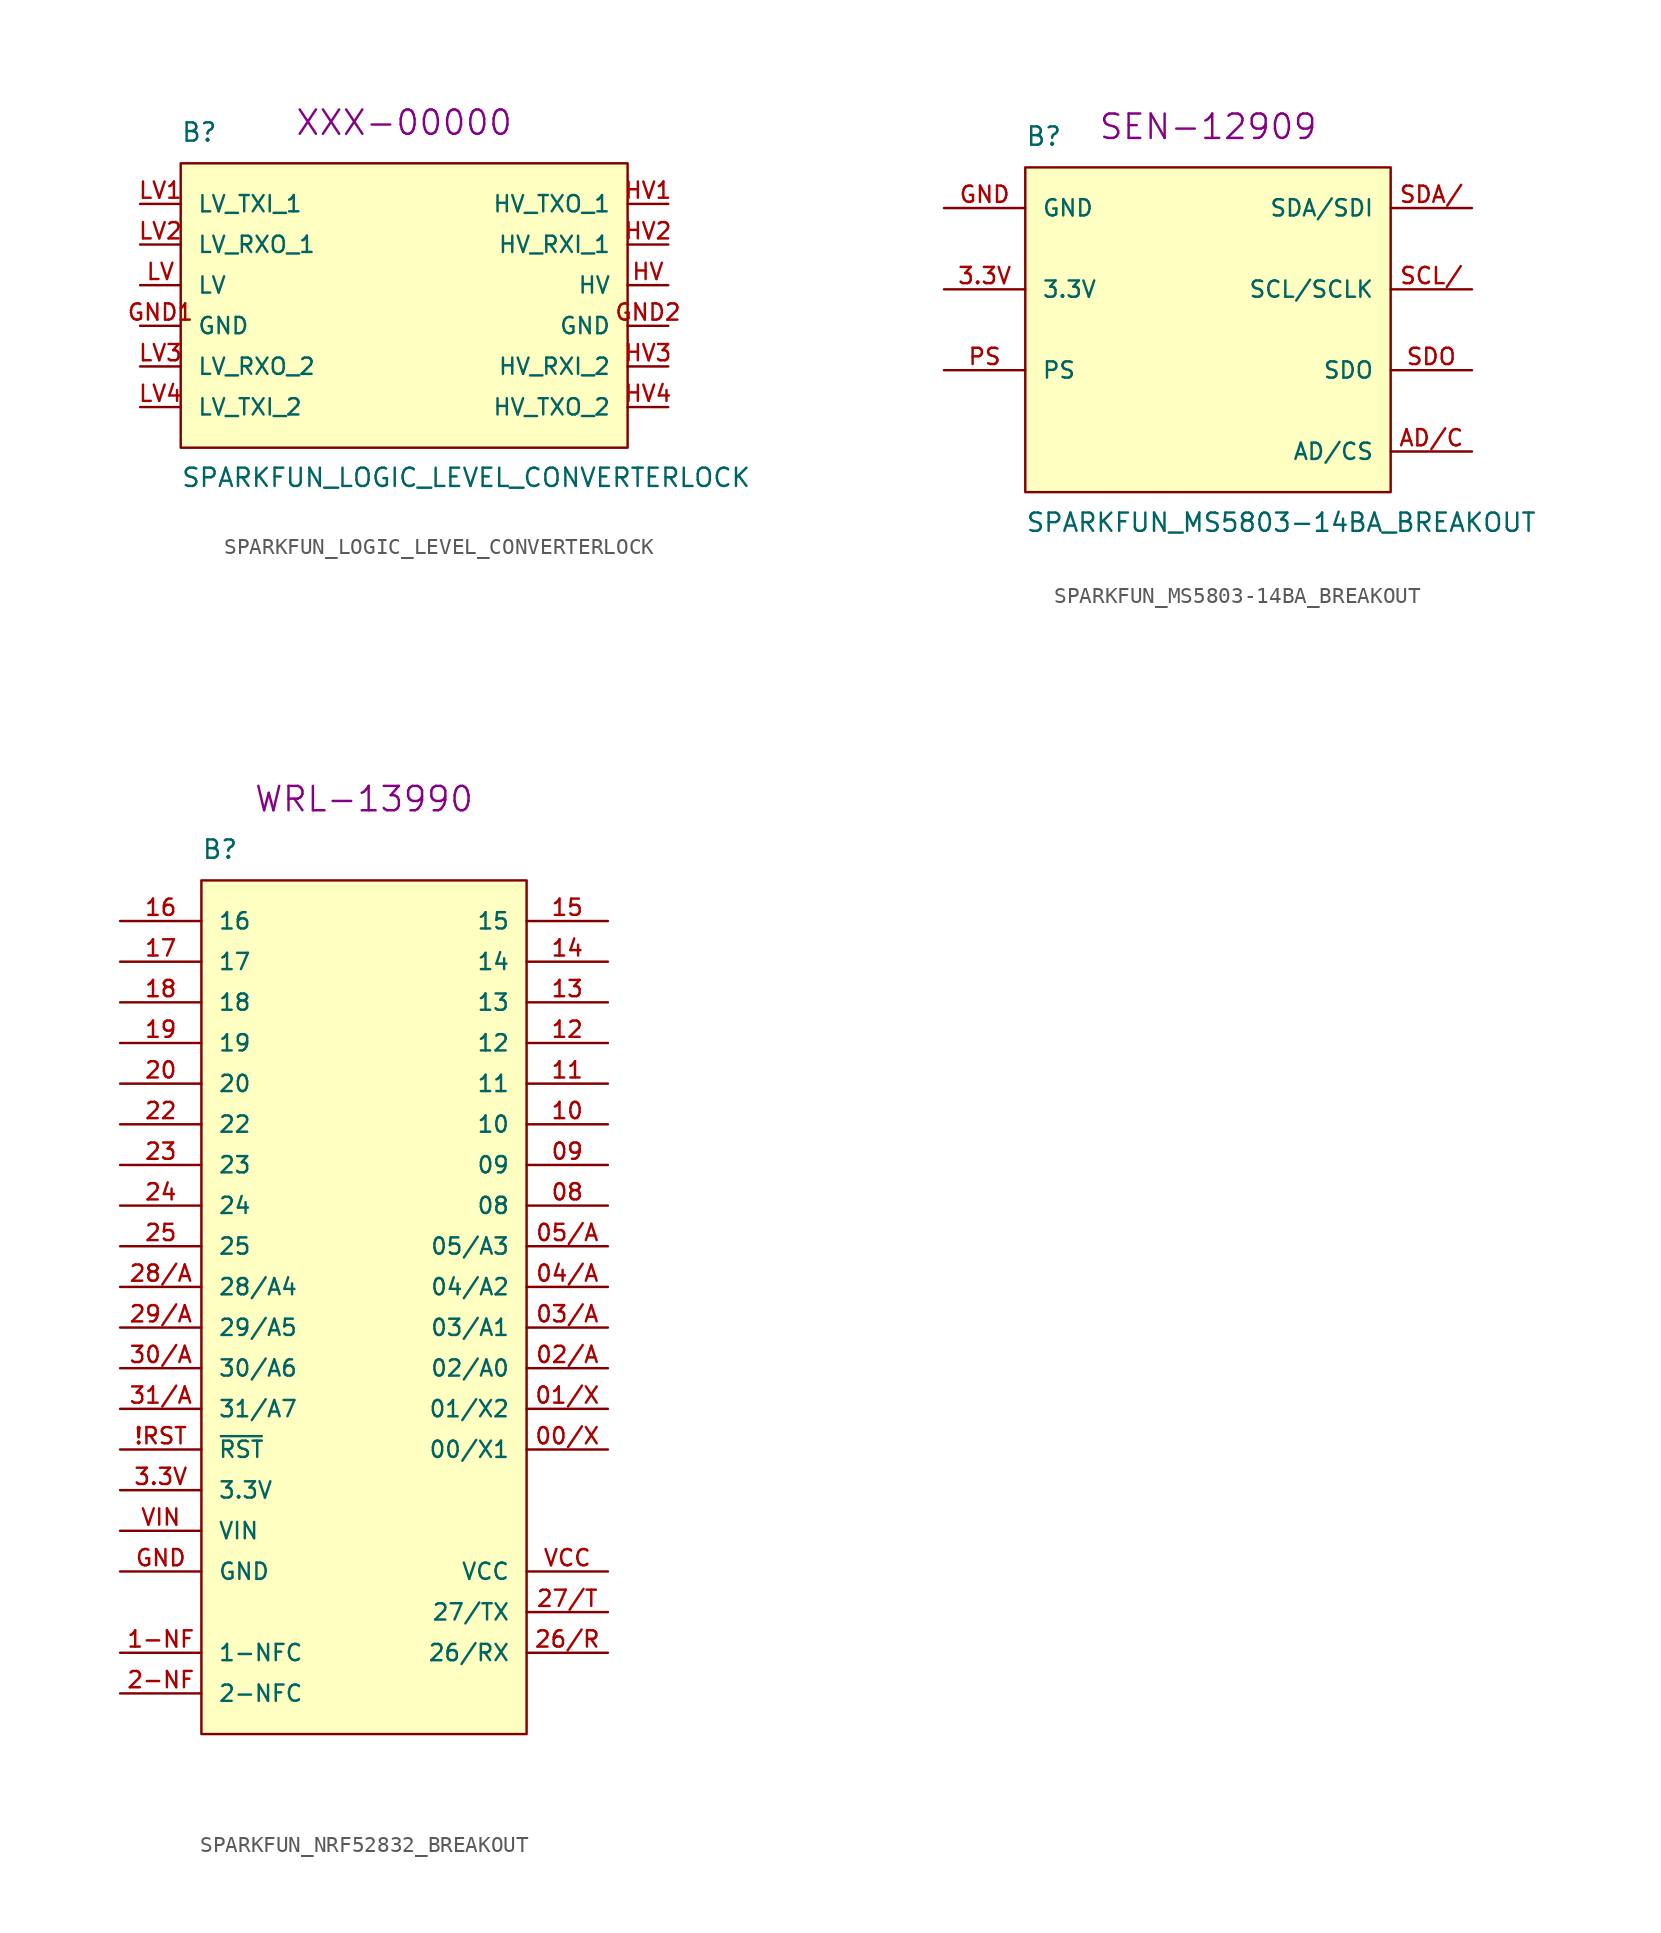
<source format=kicad_sym>
(kicad_symbol_lib
  (version 20220914)
  (generator kicad_symbol_editor)
  (symbol "SPARKFUN_LOGIC_LEVEL_CONVERTERLOCK"
    (pin_names
      (offset 1.016))
    (property "Reference" "B"
      (at -13.97 11.43 0)
      (effects (font (size 1.143 1.143)) (justify left bottom)))
    (property "Value" "SPARKFUN_LOGIC_LEVEL_CONVERTERLOCK"
      (at -13.97 -10.16 0)
      (effects (font (size 1.143 1.143)) (justify left bottom)))
    (property "Field4" "XXX-00000"
      (at 0 12.7 0)
      (effects (font (size 1.524 1.524))))
    (property "ki_locked" ""
      (at 0 0 0)
      (effects (font (size 1.27 1.27))))
    (symbol "SPARKFUN_LOGIC_LEVEL_CONVERTERLOCK_1_1"
      (polyline (pts (xy -13.97 -7.62) (xy -13.97 10.16) (xy 13.97 10.16) (xy 13.97 -7.62) (xy -13.97 -7.62)) (stroke (width 0) (type solid)) (fill (type background)))
      (pin power_in line (at -16.51 0 0) (length 2.54) (name "GND" (effects (font (size 1.016 1.016)))) (number "GND1" (effects (font (size 1.016 1.016)))))
      (pin power_in line (at 16.51 0 180) (length 2.54) (name "GND" (effects (font (size 1.016 1.016)))) (number "GND2" (effects (font (size 1.016 1.016)))))
      (pin power_in line (at 16.51 2.54 180) (length 2.54) (name "HV" (effects (font (size 1.016 1.016)))) (number "HV" (effects (font (size 1.016 1.016)))))
      (pin bidirectional line (at 16.51 7.62 180) (length 2.54) (name "HV_TXO_1" (effects (font (size 1.016 1.016)))) (number "HV1" (effects (font (size 1.016 1.016)))))
      (pin bidirectional line (at 16.51 5.08 180) (length 2.54) (name "HV_RXI_1" (effects (font (size 1.016 1.016)))) (number "HV2" (effects (font (size 1.016 1.016)))))
      (pin bidirectional line (at 16.51 -2.54 180) (length 2.54) (name "HV_RXI_2" (effects (font (size 1.016 1.016)))) (number "HV3" (effects (font (size 1.016 1.016)))))
      (pin bidirectional line (at 16.51 -5.08 180) (length 2.54) (name "HV_TXO_2" (effects (font (size 1.016 1.016)))) (number "HV4" (effects (font (size 1.016 1.016)))))
      (pin power_in line (at -16.51 2.54 0) (length 2.54) (name "LV" (effects (font (size 1.016 1.016)))) (number "LV" (effects (font (size 1.016 1.016)))))
      (pin bidirectional line (at -16.51 7.62 0) (length 2.54) (name "LV_TXI_1" (effects (font (size 1.016 1.016)))) (number "LV1" (effects (font (size 1.016 1.016)))))
      (pin bidirectional line (at -16.51 5.08 0) (length 2.54) (name "LV_RXO_1" (effects (font (size 1.016 1.016)))) (number "LV2" (effects (font (size 1.016 1.016)))))
      (pin bidirectional line (at -16.51 -2.54 0) (length 2.54) (name "LV_RXO_2" (effects (font (size 1.016 1.016)))) (number "LV3" (effects (font (size 1.016 1.016)))))
      (pin bidirectional line (at -16.51 -5.08 0) (length 2.54) (name "LV_TXI_2" (effects (font (size 1.016 1.016)))) (number "LV4" (effects (font (size 1.016 1.016)))))))
  (symbol "SPARKFUN_MS5803-14BA_BREAKOUT"
    (pin_names
      (offset 1.016))
    (property "Reference" "B"
      (at -11.43 11.43 0)
      (effects (font (size 1.143 1.143)) (justify left bottom)))
    (property "Value" "SPARKFUN_MS5803-14BA_BREAKOUT"
      (at -11.43 -12.7 0)
      (effects (font (size 1.143 1.143)) (justify left bottom)))
    (property "Field4" "SEN-12909"
      (at 0 12.7 0)
      (effects (font (size 1.524 1.524))))
    (property "ki_locked" ""
      (at 0 0 0)
      (effects (font (size 1.27 1.27))))
    (symbol "SPARKFUN_MS5803-14BA_BREAKOUT_1_1"
      (polyline (pts (xy -11.43 10.16) (xy -11.43 -10.135) (xy 11.405 -10.135) (xy 11.405 10.16) (xy -11.43 10.16)) (stroke (width 0) (type solid)) (fill (type background)))
      (pin bidirectional line (at -16.51 2.54 0) (length 5.08) (name "3.3V" (effects (font (size 1.016 1.016)))) (number "3.3V" (effects (font (size 1.016 1.016)))))
      (pin bidirectional line (at 16.485 -7.595 180) (length 5.08) (name "AD/CS" (effects (font (size 1.016 1.016)))) (number "AD/C" (effects (font (size 1.016 1.016)))))
      (pin bidirectional line (at -16.51 7.62 0) (length 5.08) (name "GND" (effects (font (size 1.016 1.016)))) (number "GND" (effects (font (size 1.016 1.016)))))
      (pin bidirectional line (at -16.51 -2.515 0) (length 5.08) (name "PS" (effects (font (size 1.016 1.016)))) (number "PS" (effects (font (size 1.016 1.016)))))
      (pin bidirectional line (at 16.485 2.54 180) (length 5.08) (name "SCL/SCLK" (effects (font (size 1.016 1.016)))) (number "SCL/" (effects (font (size 1.016 1.016)))))
      (pin bidirectional line (at 16.485 7.62 180) (length 5.08) (name "SDA/SDI" (effects (font (size 1.016 1.016)))) (number "SDA/" (effects (font (size 1.016 1.016)))))
      (pin bidirectional line (at 16.485 -2.515 180) (length 5.08) (name "SDO" (effects (font (size 1.016 1.016)))) (number "SDO" (effects (font (size 1.016 1.016)))))))
  (symbol "SPARKFUN_NRF52832_BREAKOUT"
    (pin_names
      (offset 1.016))
    (property "Reference" "B"
      (at -10.16 29.21 0)
      (effects (font (size 1.143 1.143)) (justify left bottom)))
    (property "Field4" "WRL-13990"
      (at 0 33.02 0)
      (effects (font (size 1.524 1.524))))
    (property "ki_locked" ""
      (at 0 0 0)
      (effects (font (size 1.27 1.27))))
    (symbol "SPARKFUN_NRF52832_BREAKOUT_1_1"
      (polyline (pts (xy -10.16 27.94) (xy -10.16 -25.4) (xy 10.16 -25.4) (xy 10.16 27.94) (xy -10.16 27.94)) (stroke (width 0) (type solid)) (fill (type background)))
      (pin bidirectional line (at -15.24 -7.62 0) (length 5.08) (name "~{RST}" (effects (font (size 1.016 1.016)))) (number "!RST" (effects (font (size 1.016 1.016)))))
      (pin bidirectional line (at 15.24 -7.62 180) (length 5.08) (name "00/X1" (effects (font (size 1.016 1.016)))) (number "00/X" (effects (font (size 1.016 1.016)))))
      (pin bidirectional line (at 15.24 -5.08 180) (length 5.08) (name "01/X2" (effects (font (size 1.016 1.016)))) (number "01/X" (effects (font (size 1.016 1.016)))))
      (pin bidirectional line (at 15.24 -2.54 180) (length 5.08) (name "02/A0" (effects (font (size 1.016 1.016)))) (number "02/A" (effects (font (size 1.016 1.016)))))
      (pin bidirectional line (at 15.24 0 180) (length 5.08) (name "03/A1" (effects (font (size 1.016 1.016)))) (number "03/A" (effects (font (size 1.016 1.016)))))
      (pin bidirectional line (at 15.24 2.54 180) (length 5.08) (name "04/A2" (effects (font (size 1.016 1.016)))) (number "04/A" (effects (font (size 1.016 1.016)))))
      (pin bidirectional line (at 15.24 5.08 180) (length 5.08) (name "05/A3" (effects (font (size 1.016 1.016)))) (number "05/A" (effects (font (size 1.016 1.016)))))
      (pin bidirectional line (at 15.24 7.62 180) (length 5.08) (name "08" (effects (font (size 1.016 1.016)))) (number "08" (effects (font (size 1.016 1.016)))))
      (pin bidirectional line (at 15.24 10.16 180) (length 5.08) (name "09" (effects (font (size 1.016 1.016)))) (number "09" (effects (font (size 1.016 1.016)))))
      (pin bidirectional line (at -15.24 -20.32 0) (length 5.08) (name "1-NFC" (effects (font (size 1.016 1.016)))) (number "1-NF" (effects (font (size 1.016 1.016)))))
      (pin bidirectional line (at 15.24 12.7 180) (length 5.08) (name "10" (effects (font (size 1.016 1.016)))) (number "10" (effects (font (size 1.016 1.016)))))
      (pin bidirectional line (at 15.24 15.24 180) (length 5.08) (name "11" (effects (font (size 1.016 1.016)))) (number "11" (effects (font (size 1.016 1.016)))))
      (pin bidirectional line (at 15.24 17.78 180) (length 5.08) (name "12" (effects (font (size 1.016 1.016)))) (number "12" (effects (font (size 1.016 1.016)))))
      (pin bidirectional line (at 15.24 20.32 180) (length 5.08) (name "13" (effects (font (size 1.016 1.016)))) (number "13" (effects (font (size 1.016 1.016)))))
      (pin bidirectional line (at 15.24 22.86 180) (length 5.08) (name "14" (effects (font (size 1.016 1.016)))) (number "14" (effects (font (size 1.016 1.016)))))
      (pin bidirectional line (at 15.24 25.4 180) (length 5.08) (name "15" (effects (font (size 1.016 1.016)))) (number "15" (effects (font (size 1.016 1.016)))))
      (pin bidirectional line (at -15.24 25.4 0) (length 5.08) (name "16" (effects (font (size 1.016 1.016)))) (number "16" (effects (font (size 1.016 1.016)))))
      (pin bidirectional line (at -15.24 22.86 0) (length 5.08) (name "17" (effects (font (size 1.016 1.016)))) (number "17" (effects (font (size 1.016 1.016)))))
      (pin bidirectional line (at -15.24 20.32 0) (length 5.08) (name "18" (effects (font (size 1.016 1.016)))) (number "18" (effects (font (size 1.016 1.016)))))
      (pin bidirectional line (at -15.24 17.78 0) (length 5.08) (name "19" (effects (font (size 1.016 1.016)))) (number "19" (effects (font (size 1.016 1.016)))))
      (pin bidirectional line (at -15.24 -22.86 0) (length 5.08) (name "2-NFC" (effects (font (size 1.016 1.016)))) (number "2-NF" (effects (font (size 1.016 1.016)))))
      (pin bidirectional line (at -15.24 15.24 0) (length 5.08) (name "20" (effects (font (size 1.016 1.016)))) (number "20" (effects (font (size 1.016 1.016)))))
      (pin bidirectional line (at -15.24 12.7 0) (length 5.08) (name "22" (effects (font (size 1.016 1.016)))) (number "22" (effects (font (size 1.016 1.016)))))
      (pin bidirectional line (at -15.24 10.16 0) (length 5.08) (name "23" (effects (font (size 1.016 1.016)))) (number "23" (effects (font (size 1.016 1.016)))))
      (pin bidirectional line (at -15.24 7.62 0) (length 5.08) (name "24" (effects (font (size 1.016 1.016)))) (number "24" (effects (font (size 1.016 1.016)))))
      (pin bidirectional line (at -15.24 5.08 0) (length 5.08) (name "25" (effects (font (size 1.016 1.016)))) (number "25" (effects (font (size 1.016 1.016)))))
      (pin bidirectional line (at 15.24 -20.32 180) (length 5.08) (name "26/RX" (effects (font (size 1.016 1.016)))) (number "26/R" (effects (font (size 1.016 1.016)))))
      (pin bidirectional line (at 15.24 -17.78 180) (length 5.08) (name "27/TX" (effects (font (size 1.016 1.016)))) (number "27/T" (effects (font (size 1.016 1.016)))))
      (pin bidirectional line (at -15.24 2.54 0) (length 5.08) (name "28/A4" (effects (font (size 1.016 1.016)))) (number "28/A" (effects (font (size 1.016 1.016)))))
      (pin bidirectional line (at -15.24 0 0) (length 5.08) (name "29/A5" (effects (font (size 1.016 1.016)))) (number "29/A" (effects (font (size 1.016 1.016)))))
      (pin bidirectional line (at -15.24 -10.16 0) (length 5.08) (name "3.3V" (effects (font (size 1.016 1.016)))) (number "3.3V" (effects (font (size 1.016 1.016)))))
      (pin bidirectional line (at -15.24 -10.16 0) (length 5.08) hide (name "3.3V" (effects (font (size 1.016 1.016)))) (number "3.3V" (effects (font (size 1.016 1.016)))))
      (pin bidirectional line (at -15.24 -2.54 0) (length 5.08) (name "30/A6" (effects (font (size 1.016 1.016)))) (number "30/A" (effects (font (size 1.016 1.016)))))
      (pin bidirectional line (at -15.24 -5.08 0) (length 5.08) (name "31/A7" (effects (font (size 1.016 1.016)))) (number "31/A" (effects (font (size 1.016 1.016)))))
      (pin bidirectional line (at -15.24 -15.24 0) (length 5.08) (name "GND" (effects (font (size 1.016 1.016)))) (number "GND" (effects (font (size 1.016 1.016)))))
      (pin bidirectional line (at -15.24 -15.24 0) (length 5.08) hide (name "GND" (effects (font (size 1.016 1.016)))) (number "GND1" (effects (font (size 1.016 1.016)))))
      (pin bidirectional line (at -15.24 -15.24 0) (length 5.08) hide (name "GND" (effects (font (size 1.016 1.016)))) (number "GND2" (effects (font (size 1.016 1.016)))))
      (pin bidirectional line (at 15.24 -15.24 180) (length 5.08) (name "VCC" (effects (font (size 1.016 1.016)))) (number "VCC" (effects (font (size 1.016 1.016)))))
      (pin bidirectional line (at -15.24 -12.7 0) (length 5.08) (name "VIN" (effects (font (size 1.016 1.016)))) (number "VIN" (effects (font (size 1.016 1.016)))))
      (pin bidirectional line (at -15.24 -12.7 0) (length 5.08) hide (name "VIN" (effects (font (size 1.016 1.016)))) (number "VIN1" (effects (font (size 1.016 1.016))))))))
</source>
